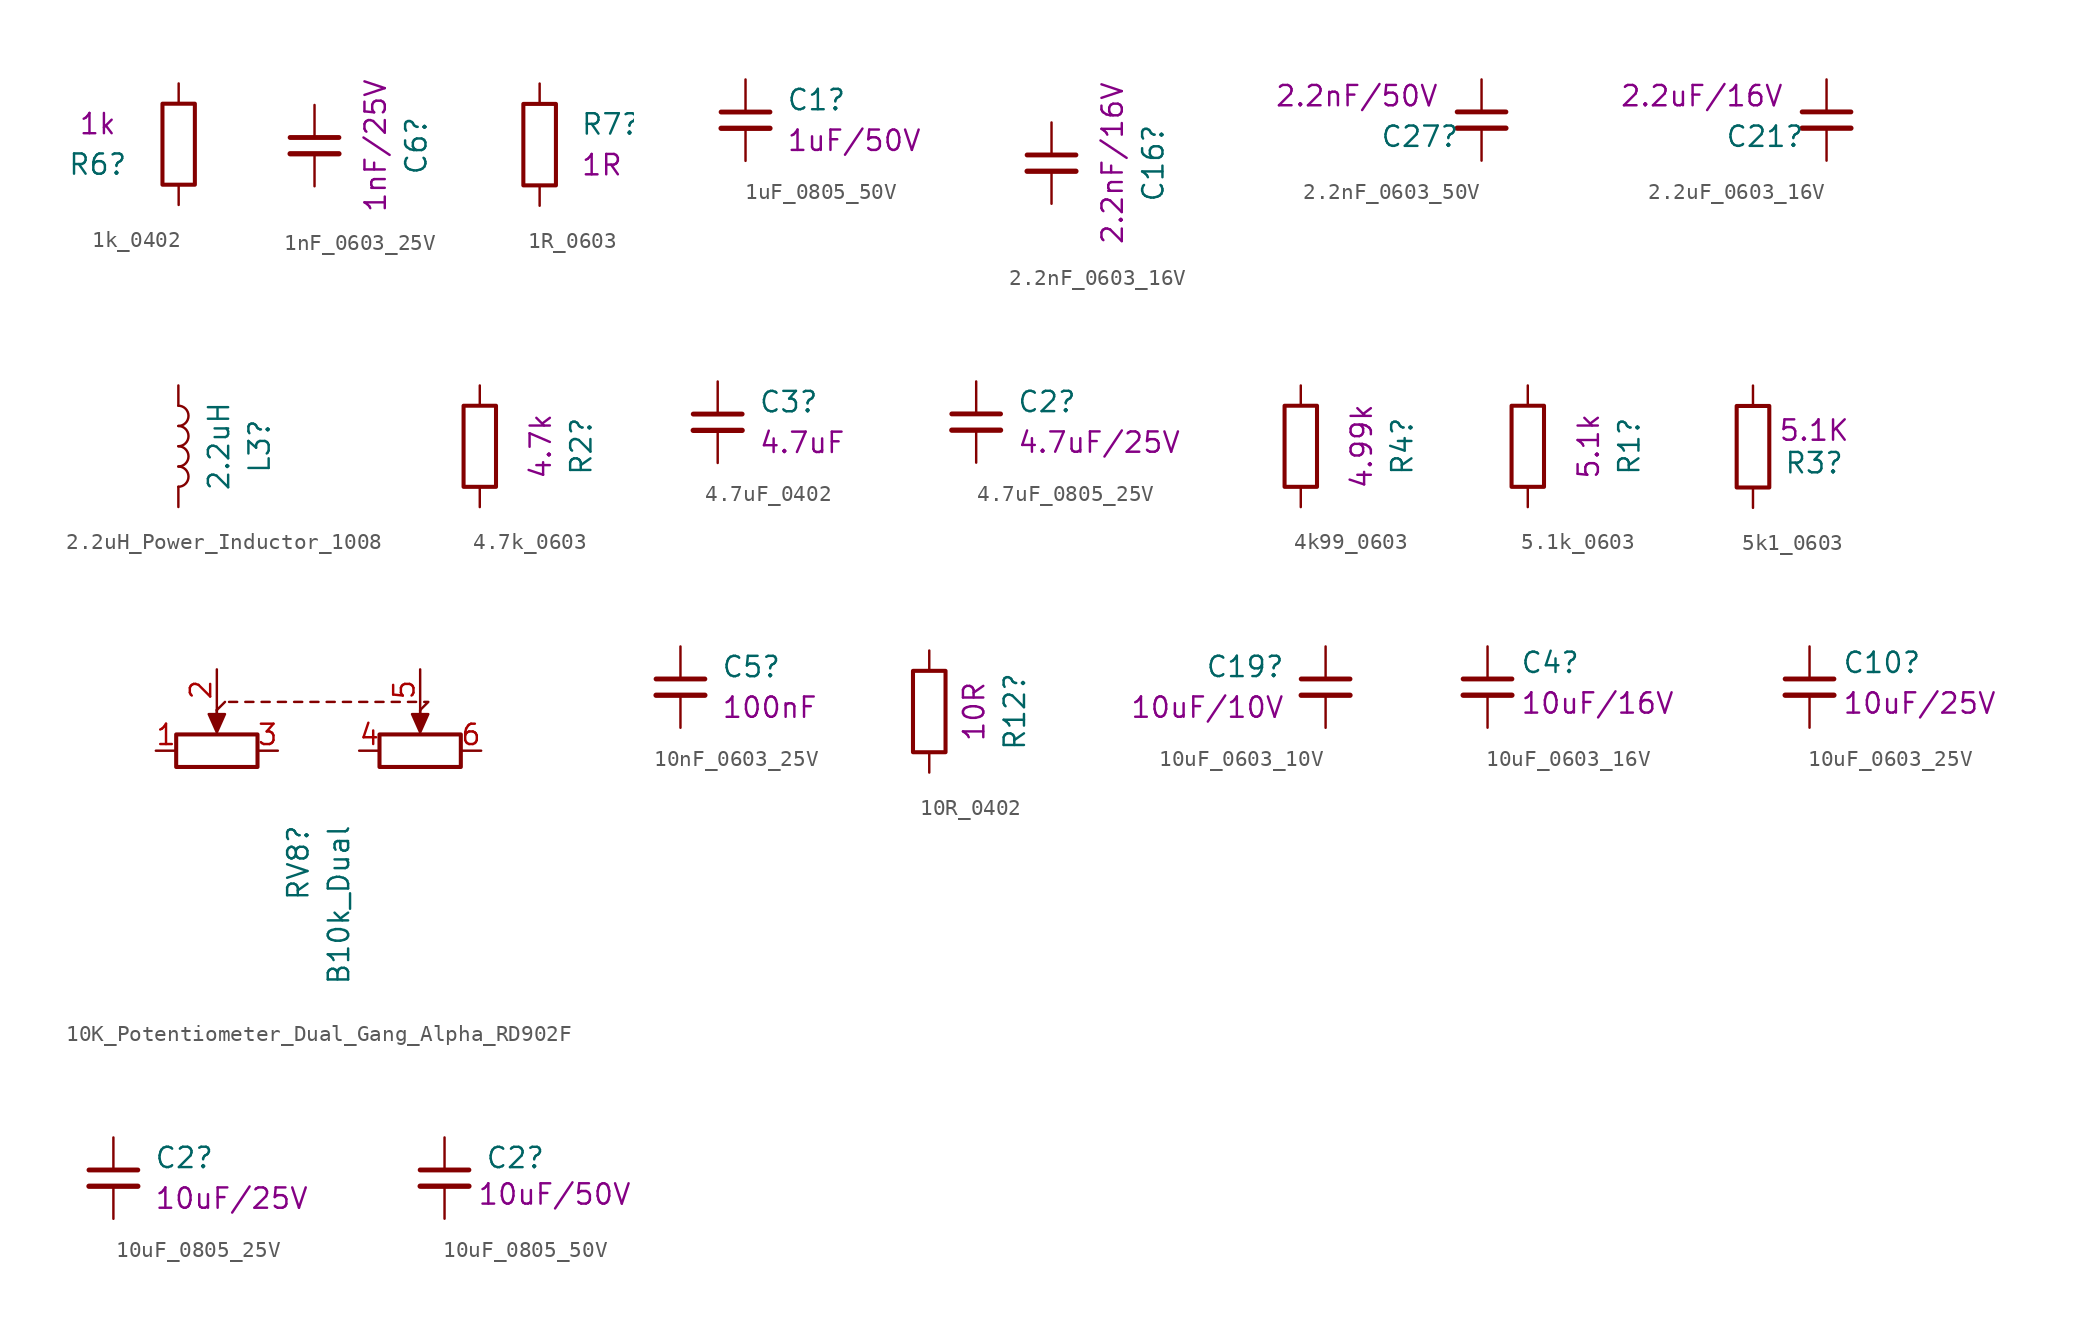
<source format=kicad_sym>
(kicad_symbol_lib
  (version 20241209)
  (generator "kicad_symbol_editor")
  (generator_version "9.0")
  (symbol "1k_0402"
    (pin_numbers
      (hide yes))
    (pin_names
      (offset 0))
    (property "Reference" "R6"
      (at -5.08 -1.27 0)
      (effects (font (size 1.27 1.27))))
    (property "Display" "1k"
      (at -5.08 1.27 0)
      (effects (font (size 1.27 1.27))))
    (symbol "1k_0402_0_1"
      (rectangle (start -1.016 -2.54) (end 1.016 2.54) (stroke (width 0.254) (type default)) (fill (type none))))
    (symbol "1k_0402_1_1"
      (pin passive line (at 0 3.81 270) (length 1.27) (name "~" (effects (font (size 1.27 1.27)))) (number "1" (effects (font (size 1.27 1.27)))))
      (pin passive line (at 0 -3.81 90) (length 1.27) (name "~" (effects (font (size 1.27 1.27)))) (number "2" (effects (font (size 1.27 1.27)))))))
  (symbol "1nF_0603_25V"
    (pin_numbers
      (hide yes))
    (pin_names
      (offset 0.254)
      (hide yes))
    (property "Reference" "C6"
      (at 6.35 -0.006 90)
      (effects (font (size 1.27 1.27))))
    (property "Display" "1nF/25V"
      (at 3.81 -0.006 90)
      (effects (font (size 1.27 1.27))))
    (symbol "1nF_0603_25V_0_1"
      (polyline (pts (xy -1.524 0.508) (xy 1.524 0.508)) (stroke (width 0.305) (type default)) (fill (type none)))
      (polyline (pts (xy -1.524 -0.508) (xy 1.524 -0.508)) (stroke (width 0.33) (type default)) (fill (type none))))
    (symbol "1nF_0603_25V_1_1"
      (pin passive line (at 0 2.54 270) (length 2.032) (name "~" (effects (font (size 1.27 1.27)))) (number "1" (effects (font (size 1.27 1.27)))))
      (pin passive line (at 0 -2.54 90) (length 2.032) (name "~" (effects (font (size 1.27 1.27)))) (number "2" (effects (font (size 1.27 1.27)))))))
  (symbol "1R_0603"
    (pin_numbers
      (hide yes))
    (pin_names
      (offset 0))
    (property "Reference" "R7"
      (at 2.54 1.27 0)
      (effects (font (size 1.27 1.27)) (justify left)))
    (property "Display" "1R"
      (at 2.54 -1.27 0)
      (effects (font (size 1.27 1.27)) (justify left)))
    (symbol "1R_0603_0_1"
      (rectangle (start -1.016 -2.54) (end 1.016 2.54) (stroke (width 0.254) (type default)) (fill (type none))))
    (symbol "1R_0603_1_1"
      (pin passive line (at 0 3.81 270) (length 1.27) (name "~" (effects (font (size 1.27 1.27)))) (number "1" (effects (font (size 1.27 1.27)))))
      (pin passive line (at 0 -3.81 90) (length 1.27) (name "~" (effects (font (size 1.27 1.27)))) (number "2" (effects (font (size 1.27 1.27)))))))
  (symbol "1uF_0805_50V"
    (pin_numbers
      (hide yes))
    (pin_names
      (offset 0.254)
      (hide yes))
    (property "Reference" "C1"
      (at 2.54 1.264 0)
      (effects (font (size 1.27 1.27)) (justify left)))
    (property "Display" "1uF/50V"
      (at 2.54 -1.276 0)
      (effects (font (size 1.27 1.27)) (justify left)))
    (symbol "1uF_0805_50V_0_1"
      (polyline (pts (xy -1.524 0.508) (xy 1.524 0.508)) (stroke (width 0.305) (type default)) (fill (type none)))
      (polyline (pts (xy -1.524 -0.508) (xy 1.524 -0.508)) (stroke (width 0.33) (type default)) (fill (type none))))
    (symbol "1uF_0805_50V_1_1"
      (pin passive line (at 0 2.54 270) (length 2.032) (name "~" (effects (font (size 1.27 1.27)))) (number "1" (effects (font (size 1.27 1.27)))))
      (pin passive line (at 0 -2.54 90) (length 2.032) (name "~" (effects (font (size 1.27 1.27)))) (number "2" (effects (font (size 1.27 1.27)))))))
  (symbol "2.2nF_0603_16V"
    (pin_numbers
      (hide yes))
    (pin_names
      (offset 0.254)
      (hide yes))
    (property "Reference" "C16"
      (at 6.35 -0.006 90)
      (effects (font (size 1.27 1.27))))
    (property "Display" "2.2nF/16V"
      (at 3.81 -0.006 90)
      (effects (font (size 1.27 1.27))))
    (symbol "2.2nF_0603_16V_0_1"
      (polyline (pts (xy -1.524 0.508) (xy 1.524 0.508)) (stroke (width 0.305) (type default)) (fill (type none)))
      (polyline (pts (xy -1.524 -0.508) (xy 1.524 -0.508)) (stroke (width 0.33) (type default)) (fill (type none))))
    (symbol "2.2nF_0603_16V_1_1"
      (pin passive line (at 0 2.54 270) (length 2.032) (name "~" (effects (font (size 1.27 1.27)))) (number "1" (effects (font (size 1.27 1.27)))))
      (pin passive line (at 0 -2.54 90) (length 2.032) (name "~" (effects (font (size 1.27 1.27)))) (number "2" (effects (font (size 1.27 1.27)))))))
  (symbol "2.2nF_0603_50V"
    (pin_numbers
      (hide yes))
    (pin_names
      (offset 0.254)
      (hide yes))
    (property "Reference" "C27"
      (at -6.35 -1.778 0)
      (effects (font (size 1.27 1.27)) (justify left bottom)))
    (property "Display" "2.2nF/50V"
      (at -12.954 0.762 0)
      (effects (font (size 1.27 1.27)) (justify left bottom)))
    (symbol "2.2nF_0603_50V_0_1"
      (polyline (pts (xy -1.524 0.508) (xy 1.524 0.508)) (stroke (width 0.305) (type default)) (fill (type none)))
      (polyline (pts (xy -1.524 -0.508) (xy 1.524 -0.508)) (stroke (width 0.33) (type default)) (fill (type none))))
    (symbol "2.2nF_0603_50V_1_1"
      (pin passive line (at 0 2.54 270) (length 2.032) (name "~" (effects (font (size 1.27 1.27)))) (number "1" (effects (font (size 1.27 1.27)))))
      (pin passive line (at 0 -2.54 90) (length 2.032) (name "~" (effects (font (size 1.27 1.27)))) (number "2" (effects (font (size 1.27 1.27)))))))
  (symbol "2.2uF_0603_16V"
    (pin_numbers
      (hide yes))
    (pin_names
      (offset 0.254)
      (hide yes))
    (property "Reference" "C21"
      (at -6.35 -1.778 0)
      (effects (font (size 1.27 1.27)) (justify left bottom)))
    (property "Display" "2.2uF/16V"
      (at -12.954 0.762 0)
      (effects (font (size 1.27 1.27)) (justify left bottom)))
    (symbol "2.2uF_0603_16V_0_1"
      (polyline (pts (xy -1.524 0.508) (xy 1.524 0.508)) (stroke (width 0.305) (type default)) (fill (type none)))
      (polyline (pts (xy -1.524 -0.508) (xy 1.524 -0.508)) (stroke (width 0.33) (type default)) (fill (type none))))
    (symbol "2.2uF_0603_16V_1_1"
      (pin passive line (at 0 2.54 270) (length 2.032) (name "~" (effects (font (size 1.27 1.27)))) (number "1" (effects (font (size 1.27 1.27)))))
      (pin passive line (at 0 -2.54 90) (length 2.032) (name "~" (effects (font (size 1.27 1.27)))) (number "2" (effects (font (size 1.27 1.27)))))))
  (symbol "2.2uH_Power_Inductor_1008"
    (pin_numbers
      (hide yes))
    (pin_names
      (offset 1.016)
      (hide yes))
    (property "Reference" "L3"
      (at 5.08 0 90)
      (effects (font (size 1.27 1.27))))
    (property "Value" "2.2uH"
      (at 2.54 0 90)
      (effects (font (size 1.27 1.27))))
    (symbol "2.2uH_Power_Inductor_1008_0_1"
      (arc (start 0 2.54) (mid 0.6323 1.905) (end 0 1.27) (stroke (width 0) (type default)) (fill (type none)))
      (arc (start 0 1.27) (mid 0.6323 0.635) (end 0 0) (stroke (width 0) (type default)) (fill (type none)))
      (arc (start 0 0) (mid 0.6323 -0.635) (end 0 -1.27) (stroke (width 0) (type default)) (fill (type none)))
      (arc (start 0 -1.27) (mid 0.6323 -1.905) (end 0 -2.54) (stroke (width 0) (type default)) (fill (type none))))
    (symbol "2.2uH_Power_Inductor_1008_1_1"
      (pin passive line (at 0 3.81 270) (length 1.27) (name "1" (effects (font (size 1.27 1.27)))) (number "1" (effects (font (size 1.27 1.27)))))
      (pin passive line (at 0 -3.81 90) (length 1.27) (name "2" (effects (font (size 1.27 1.27)))) (number "2" (effects (font (size 1.27 1.27)))))))
  (symbol "4.7k_0603"
    (pin_numbers
      (hide yes))
    (pin_names
      (offset 0))
    (property "Reference" "R2"
      (at 6.35 0 90)
      (effects (font (size 1.27 1.27))))
    (property "Display" "4.7k"
      (at 3.81 0 90)
      (effects (font (size 1.27 1.27))))
    (symbol "4.7k_0603_0_1"
      (rectangle (start -1.016 -2.54) (end 1.016 2.54) (stroke (width 0.254) (type default)) (fill (type none))))
    (symbol "4.7k_0603_1_1"
      (pin passive line (at 0 3.81 270) (length 1.27) (name "~" (effects (font (size 1.27 1.27)))) (number "1" (effects (font (size 1.27 1.27)))))
      (pin passive line (at 0 -3.81 90) (length 1.27) (name "~" (effects (font (size 1.27 1.27)))) (number "2" (effects (font (size 1.27 1.27)))))))
  (symbol "4.7uF_0402"
    (pin_numbers
      (hide yes))
    (pin_names
      (offset 0.254)
      (hide yes))
    (property "Reference" "C3"
      (at 2.54 1.264 0)
      (effects (font (size 1.27 1.27)) (justify left)))
    (property "Display" "4.7uF"
      (at 2.54 -1.276 0)
      (effects (font (size 1.27 1.27)) (justify left)))
    (symbol "4.7uF_0402_0_1"
      (polyline (pts (xy -1.524 0.508) (xy 1.524 0.508)) (stroke (width 0.305) (type default)) (fill (type none)))
      (polyline (pts (xy -1.524 -0.508) (xy 1.524 -0.508)) (stroke (width 0.33) (type default)) (fill (type none))))
    (symbol "4.7uF_0402_1_1"
      (pin passive line (at 0 2.54 270) (length 2.032) (name "~" (effects (font (size 1.27 1.27)))) (number "1" (effects (font (size 1.27 1.27)))))
      (pin passive line (at 0 -2.54 90) (length 2.032) (name "~" (effects (font (size 1.27 1.27)))) (number "2" (effects (font (size 1.27 1.27)))))))
  (symbol "4.7uF_0805_25V"
    (pin_numbers
      (hide yes))
    (pin_names
      (offset 0.254)
      (hide yes))
    (property "Reference" "C2"
      (at 2.54 1.264 0)
      (effects (font (size 1.27 1.27)) (justify left)))
    (property "Display" "4.7uF/25V"
      (at 2.54 -1.276 0)
      (effects (font (size 1.27 1.27)) (justify left)))
    (symbol "4.7uF_0805_25V_0_1"
      (polyline (pts (xy -1.524 0.508) (xy 1.524 0.508)) (stroke (width 0.305) (type default)) (fill (type none)))
      (polyline (pts (xy -1.524 -0.508) (xy 1.524 -0.508)) (stroke (width 0.33) (type default)) (fill (type none))))
    (symbol "4.7uF_0805_25V_1_1"
      (pin passive line (at 0 2.54 270) (length 2.032) (name "~" (effects (font (size 1.27 1.27)))) (number "1" (effects (font (size 1.27 1.27)))))
      (pin passive line (at 0 -2.54 90) (length 2.032) (name "~" (effects (font (size 1.27 1.27)))) (number "2" (effects (font (size 1.27 1.27)))))))
  (symbol "4k99_0603"
    (pin_numbers
      (hide yes))
    (pin_names
      (offset 0))
    (property "Reference" "R4"
      (at 6.35 0 90)
      (effects (font (size 1.27 1.27))))
    (property "Display" "4.99k"
      (at 3.81 0 90)
      (effects (font (size 1.27 1.27))))
    (symbol "4k99_0603_0_1"
      (rectangle (start -1.016 -2.54) (end 1.016 2.54) (stroke (width 0.254) (type default)) (fill (type none))))
    (symbol "4k99_0603_1_1"
      (pin passive line (at 0 3.81 270) (length 1.27) (name "~" (effects (font (size 1.27 1.27)))) (number "1" (effects (font (size 1.27 1.27)))))
      (pin passive line (at 0 -3.81 90) (length 1.27) (name "~" (effects (font (size 1.27 1.27)))) (number "2" (effects (font (size 1.27 1.27)))))))
  (symbol "5.1k_0603"
    (pin_numbers
      (hide yes))
    (pin_names
      (offset 0))
    (property "Reference" "R1"
      (at 6.35 0 90)
      (effects (font (size 1.27 1.27))))
    (property "Display" "5.1k"
      (at 3.81 0 90)
      (effects (font (size 1.27 1.27))))
    (symbol "5.1k_0603_0_1"
      (rectangle (start -1.016 -2.54) (end 1.016 2.54) (stroke (width 0.254) (type default)) (fill (type none))))
    (symbol "5.1k_0603_1_1"
      (pin passive line (at 0 3.81 270) (length 1.27) (name "~" (effects (font (size 1.27 1.27)))) (number "1" (effects (font (size 1.27 1.27)))))
      (pin passive line (at 0 -3.81 90) (length 1.27) (name "~" (effects (font (size 1.27 1.27)))) (number "2" (effects (font (size 1.27 1.27)))))))
  (symbol "5k1_0603"
    (pin_numbers
      (hide yes))
    (pin_names
      (offset 0))
    (property "Reference" "R3"
      (at 3.81 -1.016 0)
      (effects (font (size 1.27 1.27))))
    (property "Display" "5.1K"
      (at 3.81 1.016 0)
      (effects (font (size 1.27 1.27))))
    (symbol "5k1_0603_0_1"
      (rectangle (start -1.016 -2.54) (end 1.016 2.54) (stroke (width 0.254) (type default)) (fill (type none))))
    (symbol "5k1_0603_1_1"
      (pin passive line (at 0 3.81 270) (length 1.27) (name "~" (effects (font (size 1.27 1.27)))) (number "1" (effects (font (size 1.27 1.27)))))
      (pin passive line (at 0 -3.81 90) (length 1.27) (name "~" (effects (font (size 1.27 1.27)))) (number "2" (effects (font (size 1.27 1.27)))))))
  (symbol "10K_Potentiometer_Dual_Gang_Alpha_RD902F"
    (pin_names
      (offset 1.016)
      (hide yes))
    (property "Reference" "RV8"
      (at -1.27 -7.112 90)
      (effects (font (size 1.27 1.27)) (justify right)))
    (property "Value" "B10k_Dual"
      (at 1.27 -7.112 90)
      (effects (font (size 1.27 1.27)) (justify right)))
    (symbol "10K_Potentiometer_Dual_Gang_Alpha_RD902F_0_1"
      (rectangle (start -8.89 -1.524) (end -3.81 -3.556) (stroke (width 0.254) (type default)) (fill (type none)))
      (polyline (pts (xy -6.35 0) (xy -6.35 -1.016)) (stroke (width 0) (type default)) (fill (type none)))
      (polyline (pts (xy -6.35 0) (xy -6.35 -1.016)) (stroke (width 0) (type default)) (fill (type none)))
      (polyline (pts (xy -6.35 0) (xy -5.842 0.508)) (stroke (width 0) (type default)) (fill (type none)))
      (polyline (pts (xy -6.35 -1.397) (xy -6.858 -0.254) (xy -5.842 -0.254) (xy -6.35 -1.397)) (stroke (width 0) (type default)) (fill (type outline)))
      (polyline (pts (xy -5.588 0.508) (xy -5.08 0.508)) (stroke (width 0) (type default)) (fill (type none)))
      (polyline (pts (xy -4.572 0.508) (xy -4.064 0.508)) (stroke (width 0) (type default)) (fill (type none)))
      (polyline (pts (xy -3.556 0.508) (xy -3.048 0.508)) (stroke (width 0) (type default)) (fill (type none)))
      (polyline (pts (xy -2.54 0.508) (xy -2.032 0.508)) (stroke (width 0) (type default)) (fill (type none)))
      (polyline (pts (xy -1.524 0.508) (xy -1.016 0.508)) (stroke (width 0) (type default)) (fill (type none)))
      (polyline (pts (xy -0.508 0.508) (xy 0 0.508)) (stroke (width 0) (type default)) (fill (type none)))
      (polyline (pts (xy 0.508 0.508) (xy 1.016 0.508)) (stroke (width 0) (type default)) (fill (type none)))
      (polyline (pts (xy 1.524 0.508) (xy 2.032 0.508)) (stroke (width 0) (type default)) (fill (type none)))
      (polyline (pts (xy 2.54 0.508) (xy 3.048 0.508)) (stroke (width 0) (type default)) (fill (type none)))
      (polyline (pts (xy 3.556 0.508) (xy 4.064 0.508)) (stroke (width 0) (type default)) (fill (type none)))
      (rectangle (start 3.81 -1.524) (end 8.89 -3.556) (stroke (width 0.254) (type default)) (fill (type none)))
      (polyline (pts (xy 4.572 0.508) (xy 5.08 0.508)) (stroke (width 0) (type default)) (fill (type none)))
      (polyline (pts (xy 5.588 0.508) (xy 6.096 0.508)) (stroke (width 0) (type default)) (fill (type none)))
      (polyline (pts (xy 6.35 0) (xy 6.35 -1.016)) (stroke (width 0) (type default)) (fill (type none)))
      (polyline (pts (xy 6.35 0) (xy 6.35 -1.016)) (stroke (width 0) (type default)) (fill (type none)))
      (polyline (pts (xy 6.35 -1.397) (xy 5.842 -0.254) (xy 6.858 -0.254) (xy 6.35 -1.397)) (stroke (width 0) (type default)) (fill (type outline)))
      (polyline (pts (xy 6.604 0.508) (xy 6.858 0.508) (xy 6.35 0)) (stroke (width 0) (type default)) (fill (type none))))
    (symbol "10K_Potentiometer_Dual_Gang_Alpha_RD902F_1_1"
      (pin passive line (at -10.16 -2.54 0) (length 1.27) (name "1" (effects (font (size 1.27 1.27)))) (number "1" (effects (font (size 1.27 1.27)))))
      (pin passive line (at -6.35 2.54 270) (length 2.54) (name "2" (effects (font (size 1.27 1.27)))) (number "2" (effects (font (size 1.27 1.27)))))
      (pin passive line (at -2.54 -2.54 180) (length 1.27) (name "3" (effects (font (size 1.27 1.27)))) (number "3" (effects (font (size 1.27 1.27)))))
      (pin passive line (at 2.54 -2.54 0) (length 1.27) (name "4" (effects (font (size 1.27 1.27)))) (number "4" (effects (font (size 1.27 1.27)))))
      (pin passive line (at 6.35 2.54 270) (length 2.54) (name "5" (effects (font (size 1.27 1.27)))) (number "5" (effects (font (size 1.27 1.27)))))
      (pin passive line (at 10.16 -2.54 180) (length 1.27) (name "6" (effects (font (size 1.27 1.27)))) (number "6" (effects (font (size 1.27 1.27)))))))
  (symbol "10nF_0603_25V"
    (pin_numbers
      (hide yes))
    (pin_names
      (offset 0.254)
      (hide yes))
    (property "Reference" "C5"
      (at 2.54 1.264 0)
      (effects (font (size 1.27 1.27)) (justify left)))
    (property "Display" "100nF"
      (at 2.54 -1.276 0)
      (effects (font (size 1.27 1.27)) (justify left)))
    (symbol "10nF_0603_25V_0_1"
      (polyline (pts (xy -1.524 0.508) (xy 1.524 0.508)) (stroke (width 0.305) (type default)) (fill (type none)))
      (polyline (pts (xy -1.524 -0.508) (xy 1.524 -0.508)) (stroke (width 0.33) (type default)) (fill (type none))))
    (symbol "10nF_0603_25V_1_1"
      (pin passive line (at 0 2.54 270) (length 2.032) (name "~" (effects (font (size 1.27 1.27)))) (number "1" (effects (font (size 1.27 1.27)))))
      (pin passive line (at 0 -2.54 90) (length 2.032) (name "~" (effects (font (size 1.27 1.27)))) (number "2" (effects (font (size 1.27 1.27)))))))
  (symbol "10R_0402"
    (pin_numbers
      (hide yes))
    (pin_names
      (offset 0))
    (property "Reference" "R12"
      (at 5.334 0 90)
      (effects (font (size 1.27 1.27))))
    (property "Display" "10R"
      (at 2.794 0 90)
      (effects (font (size 1.27 1.27))))
    (symbol "10R_0402_0_1"
      (rectangle (start -1.016 -2.54) (end 1.016 2.54) (stroke (width 0.254) (type default)) (fill (type none))))
    (symbol "10R_0402_1_1"
      (pin passive line (at 0 3.81 270) (length 1.27) (name "~" (effects (font (size 1.27 1.27)))) (number "1" (effects (font (size 1.27 1.27)))))
      (pin passive line (at 0 -3.81 90) (length 1.27) (name "~" (effects (font (size 1.27 1.27)))) (number "2" (effects (font (size 1.27 1.27)))))))
  (symbol "10uF_0603_10V"
    (pin_numbers
      (hide yes))
    (pin_names
      (offset 0.254)
      (hide yes))
    (property "Reference" "C19"
      (at -2.54 1.27 0)
      (effects (font (size 1.27 1.27)) (justify right)))
    (property "Display" "10uF/10V"
      (at -2.54 -1.27 0)
      (effects (font (size 1.27 1.27)) (justify right)))
    (symbol "10uF_0603_10V_0_1"
      (polyline (pts (xy -1.524 0.508) (xy 1.524 0.508)) (stroke (width 0.305) (type default)) (fill (type none)))
      (polyline (pts (xy -1.524 -0.508) (xy 1.524 -0.508)) (stroke (width 0.33) (type default)) (fill (type none))))
    (symbol "10uF_0603_10V_1_1"
      (pin passive line (at 0 2.54 270) (length 2.032) (name "~" (effects (font (size 1.27 1.27)))) (number "1" (effects (font (size 1.27 1.27)))))
      (pin passive line (at 0 -2.54 90) (length 2.032) (name "~" (effects (font (size 1.27 1.27)))) (number "2" (effects (font (size 1.27 1.27)))))))
  (symbol "10uF_0603_16V"
    (pin_numbers
      (hide yes))
    (pin_names
      (offset 0.254)
      (hide yes))
    (property "Reference" "C4"
      (at 2.032 1.524 0)
      (effects (font (size 1.27 1.27)) (justify left)))
    (property "Display" "10uF/16V"
      (at 2.032 -1.016 0)
      (effects (font (size 1.27 1.27)) (justify left)))
    (symbol "10uF_0603_16V_0_1"
      (polyline (pts (xy -1.524 0.508) (xy 1.524 0.508)) (stroke (width 0.305) (type default)) (fill (type none)))
      (polyline (pts (xy -1.524 -0.508) (xy 1.524 -0.508)) (stroke (width 0.33) (type default)) (fill (type none))))
    (symbol "10uF_0603_16V_1_1"
      (pin passive line (at 0 2.54 270) (length 2.032) (name "~" (effects (font (size 1.27 1.27)))) (number "1" (effects (font (size 1.27 1.27)))))
      (pin passive line (at 0 -2.54 90) (length 2.032) (name "~" (effects (font (size 1.27 1.27)))) (number "2" (effects (font (size 1.27 1.27)))))))
  (symbol "10uF_0603_25V"
    (pin_numbers
      (hide yes))
    (pin_names
      (offset 0.254)
      (hide yes))
    (property "Reference" "C10"
      (at 2.032 1.524 0)
      (effects (font (size 1.27 1.27)) (justify left)))
    (property "Display" "10uF/25V"
      (at 2.032 -1.016 0)
      (effects (font (size 1.27 1.27)) (justify left)))
    (symbol "10uF_0603_25V_0_1"
      (polyline (pts (xy -1.524 0.508) (xy 1.524 0.508)) (stroke (width 0.305) (type default)) (fill (type none)))
      (polyline (pts (xy -1.524 -0.508) (xy 1.524 -0.508)) (stroke (width 0.33) (type default)) (fill (type none))))
    (symbol "10uF_0603_25V_1_1"
      (pin passive line (at 0 2.54 270) (length 2.032) (name "~" (effects (font (size 1.27 1.27)))) (number "1" (effects (font (size 1.27 1.27)))))
      (pin passive line (at 0 -2.54 90) (length 2.032) (name "~" (effects (font (size 1.27 1.27)))) (number "2" (effects (font (size 1.27 1.27)))))))
  (symbol "10uF_0805_25V"
    (pin_numbers
      (hide yes))
    (pin_names
      (offset 0.254)
      (hide yes))
    (property "Reference" "C2"
      (at 2.54 1.27 0)
      (effects (font (size 1.27 1.27)) (justify left)))
    (property "Display" "10uF/25V"
      (at 2.54 -1.27 0)
      (effects (font (size 1.27 1.27)) (justify left)))
    (symbol "10uF_0805_25V_0_1"
      (polyline (pts (xy -1.524 0.508) (xy 1.524 0.508)) (stroke (width 0.305) (type default)) (fill (type none)))
      (polyline (pts (xy -1.524 -0.508) (xy 1.524 -0.508)) (stroke (width 0.33) (type default)) (fill (type none))))
    (symbol "10uF_0805_25V_1_1"
      (pin passive line (at 0 2.54 270) (length 2.032) (name "~" (effects (font (size 1.27 1.27)))) (number "1" (effects (font (size 1.27 1.27)))))
      (pin passive line (at 0 -2.54 90) (length 2.032) (name "~" (effects (font (size 1.27 1.27)))) (number "2" (effects (font (size 1.27 1.27)))))))
  (symbol "10uF_0805_50V"
    (pin_numbers
      (hide yes))
    (pin_names
      (offset 0.254)
      (hide yes))
    (property "Reference" "C2"
      (at 2.54 1.264 0)
      (effects (font (size 1.27 1.27)) (justify left)))
    (property "Display" "10uF/50V"
      (at 2.032 -1.016 0)
      (effects (font (size 1.27 1.27)) (justify left)))
    (symbol "10uF_0805_50V_0_1"
      (polyline (pts (xy -1.524 0.508) (xy 1.524 0.508)) (stroke (width 0.305) (type default)) (fill (type none)))
      (polyline (pts (xy -1.524 -0.508) (xy 1.524 -0.508)) (stroke (width 0.33) (type default)) (fill (type none))))
    (symbol "10uF_0805_50V_1_1"
      (pin passive line (at 0 2.54 270) (length 2.032) (name "~" (effects (font (size 1.27 1.27)))) (number "1" (effects (font (size 1.27 1.27)))))
      (pin passive line (at 0 -2.54 90) (length 2.032) (name "~" (effects (font (size 1.27 1.27)))) (number "2" (effects (font (size 1.27 1.27))))))))
</source>
